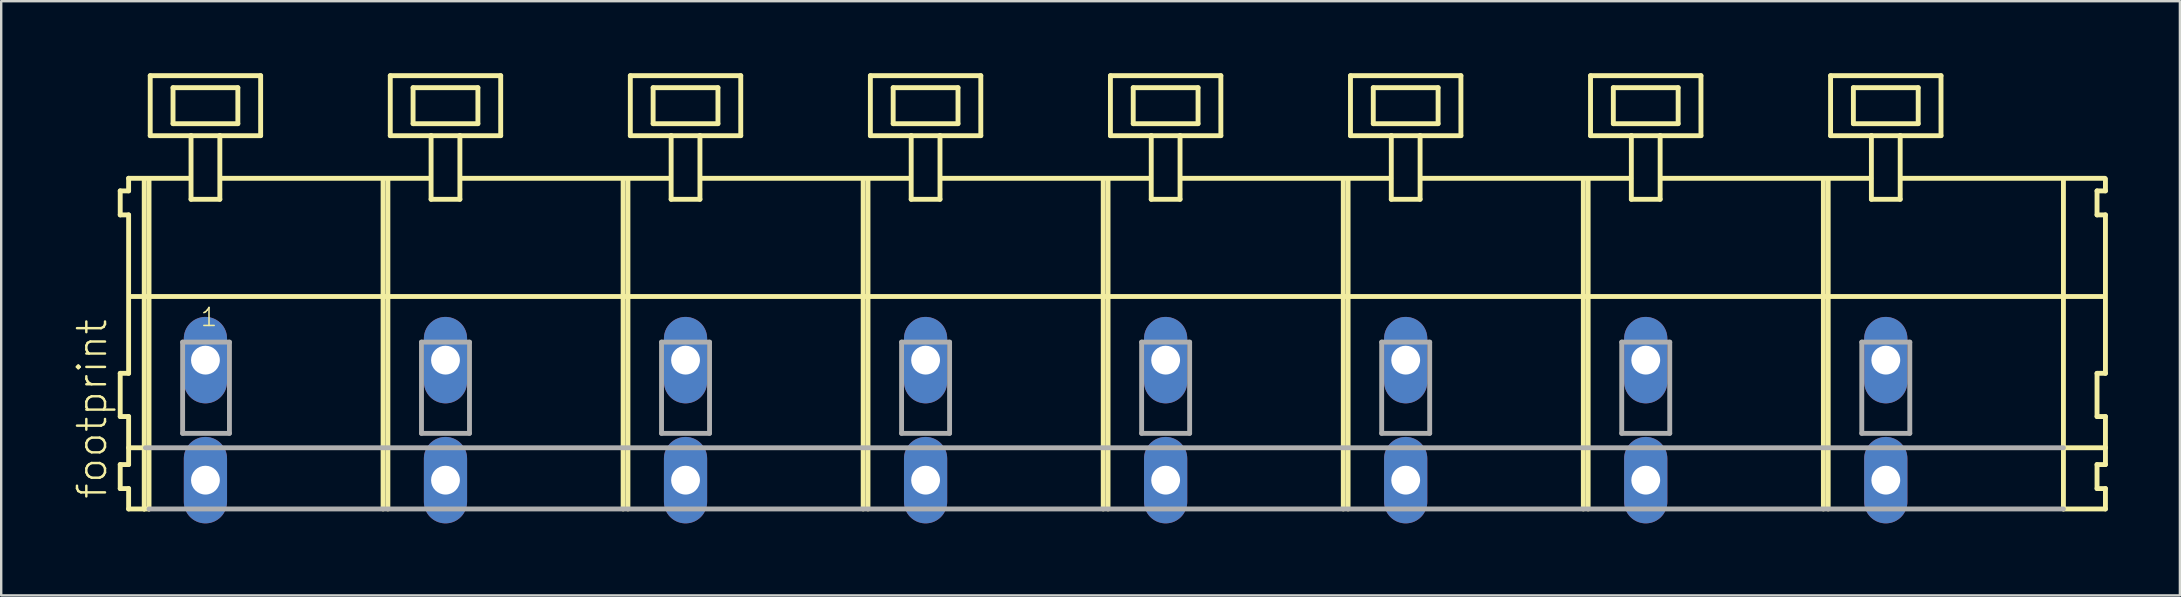
<source format=kicad_pcb>
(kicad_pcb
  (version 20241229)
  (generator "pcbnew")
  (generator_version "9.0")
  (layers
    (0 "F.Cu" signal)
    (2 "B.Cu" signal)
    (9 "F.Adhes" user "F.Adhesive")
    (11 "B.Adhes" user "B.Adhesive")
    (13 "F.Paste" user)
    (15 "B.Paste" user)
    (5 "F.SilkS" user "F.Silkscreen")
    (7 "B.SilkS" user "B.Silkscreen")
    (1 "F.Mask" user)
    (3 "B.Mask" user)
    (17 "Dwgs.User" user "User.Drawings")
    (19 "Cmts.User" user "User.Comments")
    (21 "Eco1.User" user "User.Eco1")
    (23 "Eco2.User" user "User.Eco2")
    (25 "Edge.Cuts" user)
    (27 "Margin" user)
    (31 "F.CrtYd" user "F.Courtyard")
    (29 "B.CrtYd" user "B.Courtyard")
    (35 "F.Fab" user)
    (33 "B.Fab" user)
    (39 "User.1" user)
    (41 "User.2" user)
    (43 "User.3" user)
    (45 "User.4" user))
  (footprint "footprint"
    (layer "F.Cu")
    (at 43.008 11.952)
    (property "Reference" "footprint" (at -41.535 5.855 90) (layer "F.SilkS") (effects (font (size 1.168 1.168) (thickness 0.102)) (justify left bottom)))
    (fp_line (start -41.05 -7.05) (end -41.05 -6.05) (stroke (width 0.203) (type solid)) (layer "F.SilkS"))
    (fp_line (start -41.05 -6.05) (end -40.7 -6.05) (stroke (width 0.203) (type solid)) (layer "F.SilkS"))
    (fp_line (start -41.05 0.55) (end -41.05 2.35) (stroke (width 0.203) (type solid)) (layer "F.SilkS"))
    (fp_line (start -41.05 2.35) (end -40.7 2.35) (stroke (width 0.203) (type solid)) (layer "F.SilkS"))
    (fp_line (start -41.05 4.35) (end -41.05 5.35) (stroke (width 0.203) (type solid)) (layer "F.SilkS"))
    (fp_line (start -41.05 5.35) (end -40.7 5.35) (stroke (width 0.203) (type solid)) (layer "F.SilkS"))
    (fp_line (start -40.7 -7.575) (end -40.7 -7.05) (stroke (width 0.203) (type solid)) (layer "F.SilkS"))
    (fp_line (start -40.7 -7.575) (end -38.125 -7.575) (stroke (width 0.203) (type solid)) (layer "F.SilkS"))
    (fp_line (start -40.7 -7.05) (end -41.05 -7.05) (stroke (width 0.203) (type solid)) (layer "F.SilkS"))
    (fp_line (start -40.7 -6.05) (end -40.7 0.55) (stroke (width 0.203) (type solid)) (layer "F.SilkS"))
    (fp_line (start -40.7 0.55) (end -41.05 0.55) (stroke (width 0.203) (type solid)) (layer "F.SilkS"))
    (fp_line (start -40.7 2.35) (end -40.7 4.35) (stroke (width 0.203) (type solid)) (layer "F.SilkS"))
    (fp_line (start -40.7 3.65) (end -40 3.65) (stroke (width 0.203) (type solid)) (layer "F.SilkS"))
    (fp_line (start -40.7 4.35) (end -41.05 4.35) (stroke (width 0.203) (type solid)) (layer "F.SilkS"))
    (fp_line (start -40.7 5.35) (end -40.7 6.2) (stroke (width 0.203) (type solid)) (layer "F.SilkS"))
    (fp_line (start -40.7 6.2) (end -40.05 6.2) (stroke (width 0.203) (type solid)) (layer "F.SilkS"))
    (fp_line (start -40.65 -2.65) (end 41.6 -2.65) (stroke (width 0.203) (type solid)) (layer "F.SilkS"))
    (fp_line (start -40.05 -7.55) (end -40.05 6.2) (stroke (width 0.203) (type solid)) (layer "F.SilkS"))
    (fp_line (start -40.05 6.2) (end -39.85 6.2) (stroke (width 0.203) (type solid)) (layer "F.SilkS"))
    (fp_line (start -39.85 -7.55) (end -39.85 6.2) (stroke (width 0.203) (type solid)) (layer "F.SilkS"))
    (fp_line (start -39.8 -11.85) (end -39.8 -9.35) (stroke (width 0.203) (type solid)) (layer "F.SilkS"))
    (fp_line (start -39.8 -9.35) (end -38.1 -9.35) (stroke (width 0.203) (type solid)) (layer "F.SilkS"))
    (fp_line (start -38.85 -11.35) (end -38.85 -9.85) (stroke (width 0.203) (type solid)) (layer "F.SilkS"))
    (fp_line (start -38.85 -9.85) (end -36.15 -9.85) (stroke (width 0.203) (type solid)) (layer "F.SilkS"))
    (fp_line (start -38.1 -9.35) (end -38.1 -6.7) (stroke (width 0.203) (type solid)) (layer "F.SilkS"))
    (fp_line (start -38.1 -9.35) (end -36.9 -9.35) (stroke (width 0.203) (type solid)) (layer "F.SilkS"))
    (fp_line (start -38.1 -6.7) (end -36.9 -6.7) (stroke (width 0.203) (type solid)) (layer "F.SilkS"))
    (fp_line (start -36.9 -9.35) (end -35.2 -9.35) (stroke (width 0.203) (type solid)) (layer "F.SilkS"))
    (fp_line (start -36.9 -6.7) (end -36.9 -9.35) (stroke (width 0.203) (type solid)) (layer "F.SilkS"))
    (fp_line (start -36.825 -7.575) (end -28.125 -7.575) (stroke (width 0.203) (type solid)) (layer "F.SilkS"))
    (fp_line (start -36.15 -11.35) (end -38.85 -11.35) (stroke (width 0.203) (type solid)) (layer "F.SilkS"))
    (fp_line (start -36.15 -9.85) (end -36.15 -11.35) (stroke (width 0.203) (type solid)) (layer "F.SilkS"))
    (fp_line (start -35.2 -11.85) (end -39.8 -11.85) (stroke (width 0.203) (type solid)) (layer "F.SilkS"))
    (fp_line (start -35.2 -9.35) (end -35.2 -11.85) (stroke (width 0.203) (type solid)) (layer "F.SilkS"))
    (fp_line (start -30.1 -7.55) (end -30.1 6.2) (stroke (width 0.203) (type solid)) (layer "F.SilkS"))
    (fp_line (start -29.9 -7.55) (end -29.9 6.2) (stroke (width 0.203) (type solid)) (layer "F.SilkS"))
    (fp_line (start -29.8 -11.85) (end -29.8 -9.35) (stroke (width 0.203) (type solid)) (layer "F.SilkS"))
    (fp_line (start -29.8 -9.35) (end -28.1 -9.35) (stroke (width 0.203) (type solid)) (layer "F.SilkS"))
    (fp_line (start -28.85 -11.35) (end -28.85 -9.85) (stroke (width 0.203) (type solid)) (layer "F.SilkS"))
    (fp_line (start -28.85 -9.85) (end -26.15 -9.85) (stroke (width 0.203) (type solid)) (layer "F.SilkS"))
    (fp_line (start -28.1 -9.35) (end -28.1 -6.7) (stroke (width 0.203) (type solid)) (layer "F.SilkS"))
    (fp_line (start -28.1 -9.35) (end -26.9 -9.35) (stroke (width 0.203) (type solid)) (layer "F.SilkS"))
    (fp_line (start -28.1 -6.7) (end -26.9 -6.7) (stroke (width 0.203) (type solid)) (layer "F.SilkS"))
    (fp_line (start -26.9 -9.35) (end -25.2 -9.35) (stroke (width 0.203) (type solid)) (layer "F.SilkS"))
    (fp_line (start -26.9 -6.7) (end -26.9 -9.35) (stroke (width 0.203) (type solid)) (layer "F.SilkS"))
    (fp_line (start -26.825 -7.575) (end -18.125 -7.575) (stroke (width 0.203) (type solid)) (layer "F.SilkS"))
    (fp_line (start -26.15 -11.35) (end -28.85 -11.35) (stroke (width 0.203) (type solid)) (layer "F.SilkS"))
    (fp_line (start -26.15 -9.85) (end -26.15 -11.35) (stroke (width 0.203) (type solid)) (layer "F.SilkS"))
    (fp_line (start -25.2 -11.85) (end -29.8 -11.85) (stroke (width 0.203) (type solid)) (layer "F.SilkS"))
    (fp_line (start -25.2 -9.35) (end -25.2 -11.85) (stroke (width 0.203) (type solid)) (layer "F.SilkS"))
    (fp_line (start -20.1 -7.55) (end -20.1 6.2) (stroke (width 0.203) (type solid)) (layer "F.SilkS"))
    (fp_line (start -19.9 -7.55) (end -19.9 6.2) (stroke (width 0.203) (type solid)) (layer "F.SilkS"))
    (fp_line (start -19.8 -11.85) (end -19.8 -9.35) (stroke (width 0.203) (type solid)) (layer "F.SilkS"))
    (fp_line (start -19.8 -9.35) (end -18.1 -9.35) (stroke (width 0.203) (type solid)) (layer "F.SilkS"))
    (fp_line (start -18.85 -11.35) (end -18.85 -9.85) (stroke (width 0.203) (type solid)) (layer "F.SilkS"))
    (fp_line (start -18.85 -9.85) (end -16.15 -9.85) (stroke (width 0.203) (type solid)) (layer "F.SilkS"))
    (fp_line (start -18.1 -9.35) (end -18.1 -6.7) (stroke (width 0.203) (type solid)) (layer "F.SilkS"))
    (fp_line (start -18.1 -9.35) (end -16.9 -9.35) (stroke (width 0.203) (type solid)) (layer "F.SilkS"))
    (fp_line (start -18.1 -6.7) (end -16.9 -6.7) (stroke (width 0.203) (type solid)) (layer "F.SilkS"))
    (fp_line (start -16.9 -9.35) (end -15.2 -9.35) (stroke (width 0.203) (type solid)) (layer "F.SilkS"))
    (fp_line (start -16.9 -6.7) (end -16.9 -9.35) (stroke (width 0.203) (type solid)) (layer "F.SilkS"))
    (fp_line (start -16.825 -7.575) (end -8.125 -7.575) (stroke (width 0.203) (type solid)) (layer "F.SilkS"))
    (fp_line (start -16.15 -11.35) (end -18.85 -11.35) (stroke (width 0.203) (type solid)) (layer "F.SilkS"))
    (fp_line (start -16.15 -9.85) (end -16.15 -11.35) (stroke (width 0.203) (type solid)) (layer "F.SilkS"))
    (fp_line (start -15.2 -11.85) (end -19.8 -11.85) (stroke (width 0.203) (type solid)) (layer "F.SilkS"))
    (fp_line (start -15.2 -9.35) (end -15.2 -11.85) (stroke (width 0.203) (type solid)) (layer "F.SilkS"))
    (fp_line (start -10.1 -7.55) (end -10.1 6.2) (stroke (width 0.203) (type solid)) (layer "F.SilkS"))
    (fp_line (start -9.9 -7.55) (end -9.9 6.2) (stroke (width 0.203) (type solid)) (layer "F.SilkS"))
    (fp_line (start -9.8 -11.85) (end -9.8 -9.35) (stroke (width 0.203) (type solid)) (layer "F.SilkS"))
    (fp_line (start -9.8 -9.35) (end -8.1 -9.35) (stroke (width 0.203) (type solid)) (layer "F.SilkS"))
    (fp_line (start -8.85 -11.35) (end -8.85 -9.85) (stroke (width 0.203) (type solid)) (layer "F.SilkS"))
    (fp_line (start -8.85 -9.85) (end -6.15 -9.85) (stroke (width 0.203) (type solid)) (layer "F.SilkS"))
    (fp_line (start -8.1 -9.35) (end -8.1 -6.7) (stroke (width 0.203) (type solid)) (layer "F.SilkS"))
    (fp_line (start -8.1 -9.35) (end -6.9 -9.35) (stroke (width 0.203) (type solid)) (layer "F.SilkS"))
    (fp_line (start -8.1 -6.7) (end -6.9 -6.7) (stroke (width 0.203) (type solid)) (layer "F.SilkS"))
    (fp_line (start -6.9 -9.35) (end -5.2 -9.35) (stroke (width 0.203) (type solid)) (layer "F.SilkS"))
    (fp_line (start -6.9 -6.7) (end -6.9 -9.35) (stroke (width 0.203) (type solid)) (layer "F.SilkS"))
    (fp_line (start -6.825 -7.575) (end 1.875 -7.575) (stroke (width 0.203) (type solid)) (layer "F.SilkS"))
    (fp_line (start -6.15 -11.35) (end -8.85 -11.35) (stroke (width 0.203) (type solid)) (layer "F.SilkS"))
    (fp_line (start -6.15 -9.85) (end -6.15 -11.35) (stroke (width 0.203) (type solid)) (layer "F.SilkS"))
    (fp_line (start -5.2 -11.85) (end -9.8 -11.85) (stroke (width 0.203) (type solid)) (layer "F.SilkS"))
    (fp_line (start -5.2 -9.35) (end -5.2 -11.85) (stroke (width 0.203) (type solid)) (layer "F.SilkS"))
    (fp_line (start -0.1 -7.55) (end -0.1 6.2) (stroke (width 0.203) (type solid)) (layer "F.SilkS"))
    (fp_line (start 0.1 -7.55) (end 0.1 6.2) (stroke (width 0.203) (type solid)) (layer "F.SilkS"))
    (fp_line (start 0.2 -11.85) (end 0.2 -9.35) (stroke (width 0.203) (type solid)) (layer "F.SilkS"))
    (fp_line (start 0.2 -9.35) (end 1.9 -9.35) (stroke (width 0.203) (type solid)) (layer "F.SilkS"))
    (fp_line (start 1.15 -11.35) (end 1.15 -9.85) (stroke (width 0.203) (type solid)) (layer "F.SilkS"))
    (fp_line (start 1.15 -9.85) (end 3.85 -9.85) (stroke (width 0.203) (type solid)) (layer "F.SilkS"))
    (fp_line (start 1.9 -9.35) (end 1.9 -6.7) (stroke (width 0.203) (type solid)) (layer "F.SilkS"))
    (fp_line (start 1.9 -9.35) (end 3.1 -9.35) (stroke (width 0.203) (type solid)) (layer "F.SilkS"))
    (fp_line (start 1.9 -6.7) (end 3.1 -6.7) (stroke (width 0.203) (type solid)) (layer "F.SilkS"))
    (fp_line (start 3.1 -9.35) (end 4.8 -9.35) (stroke (width 0.203) (type solid)) (layer "F.SilkS"))
    (fp_line (start 3.1 -6.7) (end 3.1 -9.35) (stroke (width 0.203) (type solid)) (layer "F.SilkS"))
    (fp_line (start 3.175 -7.575) (end 11.875 -7.575) (stroke (width 0.203) (type solid)) (layer "F.SilkS"))
    (fp_line (start 3.85 -11.35) (end 1.15 -11.35) (stroke (width 0.203) (type solid)) (layer "F.SilkS"))
    (fp_line (start 3.85 -9.85) (end 3.85 -11.35) (stroke (width 0.203) (type solid)) (layer "F.SilkS"))
    (fp_line (start 4.8 -11.85) (end 0.2 -11.85) (stroke (width 0.203) (type solid)) (layer "F.SilkS"))
    (fp_line (start 4.8 -9.35) (end 4.8 -11.85) (stroke (width 0.203) (type solid)) (layer "F.SilkS"))
    (fp_line (start 9.9 -7.55) (end 9.9 6.2) (stroke (width 0.203) (type solid)) (layer "F.SilkS"))
    (fp_line (start 10.1 -7.55) (end 10.1 6.2) (stroke (width 0.203) (type solid)) (layer "F.SilkS"))
    (fp_line (start 10.2 -11.85) (end 10.2 -9.35) (stroke (width 0.203) (type solid)) (layer "F.SilkS"))
    (fp_line (start 10.2 -9.35) (end 11.9 -9.35) (stroke (width 0.203) (type solid)) (layer "F.SilkS"))
    (fp_line (start 11.15 -11.35) (end 11.15 -9.85) (stroke (width 0.203) (type solid)) (layer "F.SilkS"))
    (fp_line (start 11.15 -9.85) (end 13.85 -9.85) (stroke (width 0.203) (type solid)) (layer "F.SilkS"))
    (fp_line (start 11.9 -9.35) (end 11.9 -6.7) (stroke (width 0.203) (type solid)) (layer "F.SilkS"))
    (fp_line (start 11.9 -9.35) (end 13.1 -9.35) (stroke (width 0.203) (type solid)) (layer "F.SilkS"))
    (fp_line (start 11.9 -6.7) (end 13.1 -6.7) (stroke (width 0.203) (type solid)) (layer "F.SilkS"))
    (fp_line (start 13.1 -9.35) (end 14.8 -9.35) (stroke (width 0.203) (type solid)) (layer "F.SilkS"))
    (fp_line (start 13.1 -6.7) (end 13.1 -9.35) (stroke (width 0.203) (type solid)) (layer "F.SilkS"))
    (fp_line (start 13.175 -7.575) (end 21.875 -7.575) (stroke (width 0.203) (type solid)) (layer "F.SilkS"))
    (fp_line (start 13.85 -11.35) (end 11.15 -11.35) (stroke (width 0.203) (type solid)) (layer "F.SilkS"))
    (fp_line (start 13.85 -9.85) (end 13.85 -11.35) (stroke (width 0.203) (type solid)) (layer "F.SilkS"))
    (fp_line (start 14.8 -11.85) (end 10.2 -11.85) (stroke (width 0.203) (type solid)) (layer "F.SilkS"))
    (fp_line (start 14.8 -9.35) (end 14.8 -11.85) (stroke (width 0.203) (type solid)) (layer "F.SilkS"))
    (fp_line (start 19.9 -7.55) (end 19.9 6.2) (stroke (width 0.203) (type solid)) (layer "F.SilkS"))
    (fp_line (start 20.1 -7.55) (end 20.1 6.2) (stroke (width 0.203) (type solid)) (layer "F.SilkS"))
    (fp_line (start 20.2 -11.85) (end 20.2 -9.35) (stroke (width 0.203) (type solid)) (layer "F.SilkS"))
    (fp_line (start 20.2 -9.35) (end 21.9 -9.35) (stroke (width 0.203) (type solid)) (layer "F.SilkS"))
    (fp_line (start 21.15 -11.35) (end 21.15 -9.85) (stroke (width 0.203) (type solid)) (layer "F.SilkS"))
    (fp_line (start 21.15 -9.85) (end 23.85 -9.85) (stroke (width 0.203) (type solid)) (layer "F.SilkS"))
    (fp_line (start 21.9 -9.35) (end 21.9 -6.7) (stroke (width 0.203) (type solid)) (layer "F.SilkS"))
    (fp_line (start 21.9 -9.35) (end 23.1 -9.35) (stroke (width 0.203) (type solid)) (layer "F.SilkS"))
    (fp_line (start 21.9 -6.7) (end 23.1 -6.7) (stroke (width 0.203) (type solid)) (layer "F.SilkS"))
    (fp_line (start 23.1 -9.35) (end 24.8 -9.35) (stroke (width 0.203) (type solid)) (layer "F.SilkS"))
    (fp_line (start 23.1 -6.7) (end 23.1 -9.35) (stroke (width 0.203) (type solid)) (layer "F.SilkS"))
    (fp_line (start 23.175 -7.575) (end 31.875 -7.575) (stroke (width 0.203) (type solid)) (layer "F.SilkS"))
    (fp_line (start 23.85 -11.35) (end 21.15 -11.35) (stroke (width 0.203) (type solid)) (layer "F.SilkS"))
    (fp_line (start 23.85 -9.85) (end 23.85 -11.35) (stroke (width 0.203) (type solid)) (layer "F.SilkS"))
    (fp_line (start 24.8 -11.85) (end 20.2 -11.85) (stroke (width 0.203) (type solid)) (layer "F.SilkS"))
    (fp_line (start 24.8 -9.35) (end 24.8 -11.85) (stroke (width 0.203) (type solid)) (layer "F.SilkS"))
    (fp_line (start 29.9 -7.55) (end 29.9 6.2) (stroke (width 0.203) (type solid)) (layer "F.SilkS"))
    (fp_line (start 30.1 -7.55) (end 30.1 6.2) (stroke (width 0.203) (type solid)) (layer "F.SilkS"))
    (fp_line (start 30.2 -11.85) (end 30.2 -9.35) (stroke (width 0.203) (type solid)) (layer "F.SilkS"))
    (fp_line (start 30.2 -9.35) (end 31.9 -9.35) (stroke (width 0.203) (type solid)) (layer "F.SilkS"))
    (fp_line (start 31.15 -11.35) (end 31.15 -9.85) (stroke (width 0.203) (type solid)) (layer "F.SilkS"))
    (fp_line (start 31.15 -9.85) (end 33.85 -9.85) (stroke (width 0.203) (type solid)) (layer "F.SilkS"))
    (fp_line (start 31.9 -9.35) (end 31.9 -6.7) (stroke (width 0.203) (type solid)) (layer "F.SilkS"))
    (fp_line (start 31.9 -9.35) (end 33.1 -9.35) (stroke (width 0.203) (type solid)) (layer "F.SilkS"))
    (fp_line (start 31.9 -6.7) (end 33.1 -6.7) (stroke (width 0.203) (type solid)) (layer "F.SilkS"))
    (fp_line (start 33.1 -9.35) (end 34.8 -9.35) (stroke (width 0.203) (type solid)) (layer "F.SilkS"))
    (fp_line (start 33.1 -6.7) (end 33.1 -9.35) (stroke (width 0.203) (type solid)) (layer "F.SilkS"))
    (fp_line (start 33.125 -7.575) (end 41.625 -7.575) (stroke (width 0.203) (type solid)) (layer "F.SilkS"))
    (fp_line (start 33.85 -11.35) (end 31.15 -11.35) (stroke (width 0.203) (type solid)) (layer "F.SilkS"))
    (fp_line (start 33.85 -9.85) (end 33.85 -11.35) (stroke (width 0.203) (type solid)) (layer "F.SilkS"))
    (fp_line (start 34.8 -11.85) (end 30.2 -11.85) (stroke (width 0.203) (type solid)) (layer "F.SilkS"))
    (fp_line (start 34.8 -9.35) (end 34.8 -11.85) (stroke (width 0.203) (type solid)) (layer "F.SilkS"))
    (fp_line (start 39.9 -7.55) (end 39.9 6.2) (stroke (width 0.203) (type solid)) (layer "F.SilkS"))
    (fp_line (start 39.9 6.2) (end 41.65 6.2) (stroke (width 0.203) (type solid)) (layer "F.SilkS"))
    (fp_line (start 39.95 3.65) (end 41.65 3.65) (stroke (width 0.203) (type solid)) (layer "F.SilkS"))
    (fp_line (start 41.3 -7.05) (end 41.3 -6.05) (stroke (width 0.203) (type solid)) (layer "F.SilkS"))
    (fp_line (start 41.3 -6.05) (end 41.65 -6.05) (stroke (width 0.203) (type solid)) (layer "F.SilkS"))
    (fp_line (start 41.3 0.55) (end 41.3 2.35) (stroke (width 0.203) (type solid)) (layer "F.SilkS"))
    (fp_line (start 41.3 2.35) (end 41.65 2.35) (stroke (width 0.203) (type solid)) (layer "F.SilkS"))
    (fp_line (start 41.3 4.35) (end 41.3 5.35) (stroke (width 0.203) (type solid)) (layer "F.SilkS"))
    (fp_line (start 41.3 5.35) (end 41.65 5.35) (stroke (width 0.203) (type solid)) (layer "F.SilkS"))
    (fp_line (start 41.65 -7.05) (end 41.3 -7.05) (stroke (width 0.203) (type solid)) (layer "F.SilkS"))
    (fp_line (start 41.65 -7.05) (end 41.65 -7.55) (stroke (width 0.203) (type solid)) (layer "F.SilkS"))
    (fp_line (start 41.65 0.55) (end 41.3 0.55) (stroke (width 0.203) (type solid)) (layer "F.SilkS"))
    (fp_line (start 41.65 0.55) (end 41.65 -6.05) (stroke (width 0.203) (type solid)) (layer "F.SilkS"))
    (fp_line (start 41.65 3.65) (end 41.65 2.35) (stroke (width 0.203) (type solid)) (layer "F.SilkS"))
    (fp_line (start 41.65 4.35) (end 41.3 4.35) (stroke (width 0.203) (type solid)) (layer "F.SilkS"))
    (fp_line (start 41.65 4.35) (end 41.65 3.65) (stroke (width 0.203) (type solid)) (layer "F.SilkS"))
    (fp_line (start 41.65 6.2) (end 41.65 5.35) (stroke (width 0.203) (type solid)) (layer "F.SilkS"))
    (fp_line (start -40 3.65) (end 39.9 3.65) (stroke (width 0.203) (type solid)) (layer "F.Fab"))
    (fp_line (start -39.85 6.2) (end 39.9 6.2) (stroke (width 0.203) (type solid)) (layer "F.Fab"))
    (fp_line (start -38.45 -0.75) (end -38.45 3.05) (stroke (width 0.203) (type solid)) (layer "F.Fab"))
    (fp_line (start -38.45 3.05) (end -36.5 3.05) (stroke (width 0.203) (type solid)) (layer "F.Fab"))
    (fp_line (start -36.5 -0.75) (end -38.45 -0.75) (stroke (width 0.203) (type solid)) (layer "F.Fab"))
    (fp_line (start -36.5 3.05) (end -36.5 -0.75) (stroke (width 0.203) (type solid)) (layer "F.Fab"))
    (fp_line (start -28.5 -0.75) (end -28.5 3.05) (stroke (width 0.203) (type solid)) (layer "F.Fab"))
    (fp_line (start -28.5 3.05) (end -26.5 3.05) (stroke (width 0.203) (type solid)) (layer "F.Fab"))
    (fp_line (start -26.5 -0.75) (end -28.5 -0.75) (stroke (width 0.203) (type solid)) (layer "F.Fab"))
    (fp_line (start -26.5 3.05) (end -26.5 -0.75) (stroke (width 0.203) (type solid)) (layer "F.Fab"))
    (fp_line (start -18.5 -0.75) (end -18.5 3.05) (stroke (width 0.203) (type solid)) (layer "F.Fab"))
    (fp_line (start -18.5 3.05) (end -16.5 3.05) (stroke (width 0.203) (type solid)) (layer "F.Fab"))
    (fp_line (start -16.5 -0.75) (end -18.5 -0.75) (stroke (width 0.203) (type solid)) (layer "F.Fab"))
    (fp_line (start -16.5 3.05) (end -16.5 -0.75) (stroke (width 0.203) (type solid)) (layer "F.Fab"))
    (fp_line (start -8.5 -0.75) (end -8.5 3.05) (stroke (width 0.203) (type solid)) (layer "F.Fab"))
    (fp_line (start -8.5 3.05) (end -6.5 3.05) (stroke (width 0.203) (type solid)) (layer "F.Fab"))
    (fp_line (start -6.5 -0.75) (end -8.5 -0.75) (stroke (width 0.203) (type solid)) (layer "F.Fab"))
    (fp_line (start -6.5 3.05) (end -6.5 -0.75) (stroke (width 0.203) (type solid)) (layer "F.Fab"))
    (fp_line (start 1.5 -0.75) (end 1.5 3.05) (stroke (width 0.203) (type solid)) (layer "F.Fab"))
    (fp_line (start 1.5 3.05) (end 3.5 3.05) (stroke (width 0.203) (type solid)) (layer "F.Fab"))
    (fp_line (start 3.5 -0.75) (end 1.5 -0.75) (stroke (width 0.203) (type solid)) (layer "F.Fab"))
    (fp_line (start 3.5 3.05) (end 3.5 -0.75) (stroke (width 0.203) (type solid)) (layer "F.Fab"))
    (fp_line (start 11.5 -0.75) (end 11.5 3.05) (stroke (width 0.203) (type solid)) (layer "F.Fab"))
    (fp_line (start 11.5 3.05) (end 13.5 3.05) (stroke (width 0.203) (type solid)) (layer "F.Fab"))
    (fp_line (start 13.5 -0.75) (end 11.5 -0.75) (stroke (width 0.203) (type solid)) (layer "F.Fab"))
    (fp_line (start 13.5 3.05) (end 13.5 -0.75) (stroke (width 0.203) (type solid)) (layer "F.Fab"))
    (fp_line (start 21.5 -0.75) (end 21.5 3.05) (stroke (width 0.203) (type solid)) (layer "F.Fab"))
    (fp_line (start 21.5 3.05) (end 23.5 3.05) (stroke (width 0.203) (type solid)) (layer "F.Fab"))
    (fp_line (start 23.5 -0.75) (end 21.5 -0.75) (stroke (width 0.203) (type solid)) (layer "F.Fab"))
    (fp_line (start 23.5 3.05) (end 23.5 -0.75) (stroke (width 0.203) (type solid)) (layer "F.Fab"))
    (fp_line (start 31.5 -0.75) (end 31.5 3.05) (stroke (width 0.203) (type solid)) (layer "F.Fab"))
    (fp_line (start 31.5 3.05) (end 33.5 3.05) (stroke (width 0.203) (type solid)) (layer "F.Fab"))
    (fp_line (start 33.5 -0.75) (end 31.5 -0.75) (stroke (width 0.203) (type solid)) (layer "F.Fab"))
    (fp_line (start 33.5 3.05) (end 33.5 -0.75) (stroke (width 0.203) (type solid)) (layer "F.Fab"))
    (fp_text user "1" (at -37.75 -1.35 0) (layer "F.SilkS") (effects (font (size 0.748 0.748) (thickness 0.065)) (justify left bottom)))
    (pad "A1" thru_hole oval (at -37.5 0 90) (size 3.6 1.8) (drill 1.2) (layers "*.Cu" "*.Mask"))
    (pad "A2" thru_hole oval (at -27.5 0 90) (size 3.6 1.8) (drill 1.2) (layers "*.Cu" "*.Mask"))
    (pad "A3" thru_hole oval (at -17.5 0 90) (size 3.6 1.8) (drill 1.2) (layers "*.Cu" "*.Mask"))
    (pad "A4" thru_hole oval (at -7.5 0 90) (size 3.6 1.8) (drill 1.2) (layers "*.Cu" "*.Mask"))
    (pad "A5" thru_hole oval (at 2.5 0 90) (size 3.6 1.8) (drill 1.2) (layers "*.Cu" "*.Mask"))
    (pad "A6" thru_hole oval (at 12.5 0 90) (size 3.6 1.8) (drill 1.2) (layers "*.Cu" "*.Mask"))
    (pad "A7" thru_hole oval (at 22.5 0 90) (size 3.6 1.8) (drill 1.2) (layers "*.Cu" "*.Mask"))
    (pad "A8" thru_hole oval (at 32.5 0 90) (size 3.6 1.8) (drill 1.2) (layers "*.Cu" "*.Mask"))
    (pad "B1" thru_hole oval (at -37.5 5 90) (size 3.6 1.8) (drill 1.2) (layers "*.Cu" "*.Mask"))
    (pad "B2" thru_hole oval (at -27.5 5 90) (size 3.6 1.8) (drill 1.2) (layers "*.Cu" "*.Mask"))
    (pad "B3" thru_hole oval (at -17.5 5 90) (size 3.6 1.8) (drill 1.2) (layers "*.Cu" "*.Mask"))
    (pad "B4" thru_hole oval (at -7.5 5 90) (size 3.6 1.8) (drill 1.2) (layers "*.Cu" "*.Mask"))
    (pad "B5" thru_hole oval (at 2.5 5 90) (size 3.6 1.8) (drill 1.2) (layers "*.Cu" "*.Mask"))
    (pad "B6" thru_hole oval (at 12.5 5 90) (size 3.6 1.8) (drill 1.2) (layers "*.Cu" "*.Mask"))
    (pad "B7" thru_hole oval (at 22.5 5 90) (size 3.6 1.8) (drill 1.2) (layers "*.Cu" "*.Mask"))
    (pad "B8" thru_hole oval (at 32.5 5 90) (size 3.6 1.8) (drill 1.2) (layers "*.Cu" "*.Mask")))
  (gr_rect
    (start -3 -3)
    (end 87.76 21.752)
    (stroke (width 0.1) (type default))
    (fill no)
    (layer "Edge.Cuts")))
</source>
